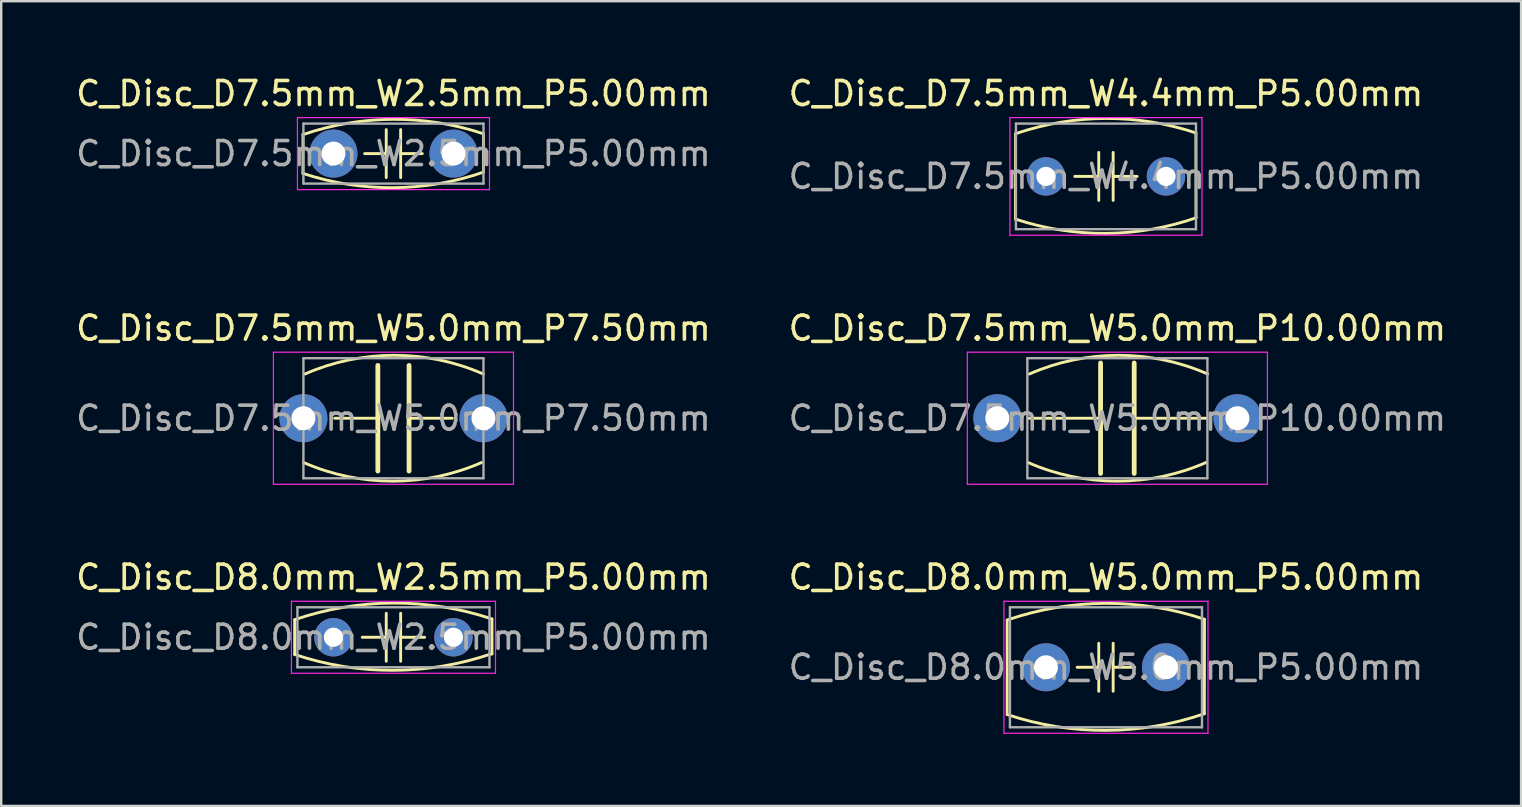
<source format=kicad_pcb>
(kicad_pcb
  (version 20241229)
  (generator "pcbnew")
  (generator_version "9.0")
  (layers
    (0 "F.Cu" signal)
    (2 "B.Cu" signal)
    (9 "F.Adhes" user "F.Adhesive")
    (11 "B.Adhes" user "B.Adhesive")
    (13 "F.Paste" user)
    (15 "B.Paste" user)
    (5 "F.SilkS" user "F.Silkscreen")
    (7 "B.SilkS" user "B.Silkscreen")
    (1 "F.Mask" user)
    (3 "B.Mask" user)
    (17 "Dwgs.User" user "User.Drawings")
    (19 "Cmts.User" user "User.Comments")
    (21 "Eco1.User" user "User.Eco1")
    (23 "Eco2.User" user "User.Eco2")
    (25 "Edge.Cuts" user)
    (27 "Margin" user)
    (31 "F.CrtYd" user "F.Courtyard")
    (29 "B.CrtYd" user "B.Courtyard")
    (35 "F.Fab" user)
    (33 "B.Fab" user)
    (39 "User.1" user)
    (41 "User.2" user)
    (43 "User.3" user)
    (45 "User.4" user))
  (footprint "C_Disc_D7.5mm_W5.0mm_P7.50mm"
    (layer "F.Cu")
    (at 9.589 14.371)
    (property "Reference" "C_Disc_D7.5mm_W5.0mm_P7.50mm" (at 3.75 -3.75 0) (layer "F.SilkS") (effects (font (size 1 1) (thickness 0.15))))
    (fp_line (start 1.3 0) (end 3.1 0) (stroke (width 0.12) (type solid)) (layer "F.SilkS"))
    (fp_line (start 3.1 0) (end 3.1 -2.2) (stroke (width 0.2) (type solid)) (layer "F.SilkS"))
    (fp_line (start 3.1 0) (end 3.1 2.2) (stroke (width 0.2) (type solid)) (layer "F.SilkS"))
    (fp_line (start 4.4 0) (end 4.4 -2.2) (stroke (width 0.2) (type solid)) (layer "F.SilkS"))
    (fp_line (start 4.4 0) (end 4.4 2.2) (stroke (width 0.2) (type solid)) (layer "F.SilkS"))
    (fp_line (start 4.4 0) (end 6.2 0) (stroke (width 0.12) (type solid)) (layer "F.SilkS"))
    (fp_arc (start 0.063384 -1.8415) (mid 3.77822 -2.621484) (end 7.493 -1.841237) (stroke (width 0.12) (type solid)) (layer "F.SilkS"))
    (fp_arc (start 7.4295 1.8415) (mid 3.714664 2.621484) (end -0.000116 1.841237) (stroke (width 0.12) (type solid)) (layer "F.SilkS"))
    (fp_line (start -1.25 -2.75) (end -1.25 2.75) (stroke (width 0.05) (type solid)) (layer "F.CrtYd"))
    (fp_line (start -1.25 2.75) (end 8.75 2.75) (stroke (width 0.05) (type solid)) (layer "F.CrtYd"))
    (fp_line (start 8.75 -2.75) (end -1.25 -2.75) (stroke (width 0.05) (type solid)) (layer "F.CrtYd"))
    (fp_line (start 8.75 2.75) (end 8.75 -2.75) (stroke (width 0.05) (type solid)) (layer "F.CrtYd"))
    (fp_line (start 0 -2.5) (end 0 2.5) (stroke (width 0.1) (type solid)) (layer "F.Fab"))
    (fp_line (start 0 2.5) (end 7.5 2.5) (stroke (width 0.1) (type solid)) (layer "F.Fab"))
    (fp_line (start 7.5 -2.5) (end 0 -2.5) (stroke (width 0.1) (type solid)) (layer "F.Fab"))
    (fp_line (start 7.5 2.5) (end 7.5 -2.5) (stroke (width 0.1) (type solid)) (layer "F.Fab"))
    (fp_text user "${REFERENCE}" (at 3.75 0 0) (layer "F.Fab") (effects (font (size 1 1) (thickness 0.15))))
    (pad "1" thru_hole circle (at 0 0) (size 2 2) (drill 1) (layers "*.Cu" "*.Mask"))
    (pad "2" thru_hole circle (at 7.5 0) (size 2 2) (drill 1) (layers "*.Cu" "*.Mask")))
  (footprint "C_Disc_D8.0mm_W5.0mm_P5.00mm"
    (layer "F.Cu")
    (at 40.518 24.745)
    (property "Reference" "C_Disc_D8.0mm_W5.0mm_P5.00mm" (at 2.5 -3.75 0) (layer "F.SilkS") (effects (font (size 1 1) (thickness 0.15))))
    (fp_line (start -1.615 -1.968) (end -1.615 1.968) (stroke (width 0.12) (type solid)) (layer "F.SilkS"))
    (fp_line (start 1.3 0) (end 2.2 0) (stroke (width 0.12) (type solid)) (layer "F.SilkS"))
    (fp_line (start 2.2 0) (end 2.2 -1) (stroke (width 0.12) (type solid)) (layer "F.SilkS"))
    (fp_line (start 2.2 0) (end 2.2 1) (stroke (width 0.12) (type solid)) (layer "F.SilkS"))
    (fp_line (start 2.8 -1) (end 2.8 1) (stroke (width 0.12) (type solid)) (layer "F.SilkS"))
    (fp_line (start 2.8 0) (end 3.7 0) (stroke (width 0.12) (type solid)) (layer "F.SilkS"))
    (fp_line (start 6.599 1.935) (end 6.604 -1.999) (stroke (width 0.12) (type solid)) (layer "F.SilkS"))
    (fp_arc (start -1.614989 -1.9685) (mid 2.491959 -2.66205) (end 6.604 -1.999369) (stroke (width 0.12) (type solid)) (layer "F.SilkS"))
    (fp_arc (start 6.598727 1.934978) (mid 2.494632 2.628733) (end -1.614989 1.9685) (stroke (width 0.12) (type solid)) (layer "F.SilkS"))
    (fp_line (start -1.75 -2.75) (end -1.75 2.75) (stroke (width 0.05) (type solid)) (layer "F.CrtYd"))
    (fp_line (start -1.75 2.75) (end 6.75 2.75) (stroke (width 0.05) (type solid)) (layer "F.CrtYd"))
    (fp_line (start 6.75 -2.75) (end -1.75 -2.75) (stroke (width 0.05) (type solid)) (layer "F.CrtYd"))
    (fp_line (start 6.75 2.75) (end 6.75 -2.75) (stroke (width 0.05) (type solid)) (layer "F.CrtYd"))
    (fp_line (start -1.5 -2.5) (end -1.5 2.5) (stroke (width 0.1) (type solid)) (layer "F.Fab"))
    (fp_line (start -1.5 2.5) (end 6.5 2.5) (stroke (width 0.1) (type solid)) (layer "F.Fab"))
    (fp_line (start 6.5 -2.5) (end -1.5 -2.5) (stroke (width 0.1) (type solid)) (layer "F.Fab"))
    (fp_line (start 6.5 2.5) (end 6.5 -2.5) (stroke (width 0.1) (type solid)) (layer "F.Fab"))
    (fp_text user "${REFERENCE}" (at 2.5 0 0) (layer "F.Fab") (effects (font (size 1 1) (thickness 0.15))))
    (pad "1" thru_hole circle (at 0 0) (size 2 2) (drill 1) (layers "*.Cu" "*.Mask"))
    (pad "2" thru_hole circle (at 5 0) (size 2 2) (drill 1) (layers "*.Cu" "*.Mask")))
  (footprint "C_Disc_D7.5mm_W4.4mm_P5.00mm"
    (layer "F.Cu")
    (at 40.518 4.298)
    (property "Reference" "C_Disc_D7.5mm_W4.4mm_P5.00mm" (at 2.5 -3.45 0) (layer "F.SilkS") (effects (font (size 1 1) (thickness 0.15))))
    (fp_line (start -1.27 1.778) (end -1.265 -1.778) (stroke (width 0.12) (type solid)) (layer "F.SilkS"))
    (fp_line (start 1.2 0) (end 2.2 0) (stroke (width 0.12) (type solid)) (layer "F.SilkS"))
    (fp_line (start 2.2 0) (end 2.2 -1) (stroke (width 0.12) (type solid)) (layer "F.SilkS"))
    (fp_line (start 2.2 0) (end 2.2 1) (stroke (width 0.12) (type solid)) (layer "F.SilkS"))
    (fp_line (start 2.8 -1) (end 2.8 1) (stroke (width 0.12) (type solid)) (layer "F.SilkS"))
    (fp_line (start 2.8 0) (end 3.8 0) (stroke (width 0.12) (type solid)) (layer "F.SilkS"))
    (fp_line (start 6.252 1.725) (end 6.248 -1.811) (stroke (width 0.12) (type solid)) (layer "F.SilkS"))
    (fp_arc (start -1.265365 -1.778) (mid 2.488814 -2.413161) (end 6.2484 -1.81083) (stroke (width 0.12) (type solid)) (layer "F.SilkS"))
    (fp_arc (start 6.252064 1.725054) (mid 2.4954 2.372137) (end -1.27 1.778) (stroke (width 0.12) (type solid)) (layer "F.SilkS"))
    (fp_line (start -1.5 -2.45) (end -1.5 2.45) (stroke (width 0.05) (type solid)) (layer "F.CrtYd"))
    (fp_line (start -1.5 2.45) (end 6.5 2.45) (stroke (width 0.05) (type solid)) (layer "F.CrtYd"))
    (fp_line (start 6.5 -2.45) (end -1.5 -2.45) (stroke (width 0.05) (type solid)) (layer "F.CrtYd"))
    (fp_line (start 6.5 2.45) (end 6.5 -2.45) (stroke (width 0.05) (type solid)) (layer "F.CrtYd"))
    (fp_line (start -1.25 -2.2) (end -1.25 2.2) (stroke (width 0.1) (type solid)) (layer "F.Fab"))
    (fp_line (start -1.25 2.2) (end 6.25 2.2) (stroke (width 0.1) (type solid)) (layer "F.Fab"))
    (fp_line (start 6.25 -2.2) (end -1.25 -2.2) (stroke (width 0.1) (type solid)) (layer "F.Fab"))
    (fp_line (start 6.25 2.2) (end 6.25 -2.2) (stroke (width 0.1) (type solid)) (layer "F.Fab"))
    (fp_text user "${REFERENCE}" (at 2.5 0 0) (layer "F.Fab") (effects (font (size 1 1) (thickness 0.15))))
    (pad "1" thru_hole circle (at 0 0) (size 1.6 1.6) (drill 0.8) (layers "*.Cu" "*.Mask"))
    (pad "2" thru_hole circle (at 5 0) (size 1.6 1.6) (drill 0.8) (layers "*.Cu" "*.Mask")))
  (footprint "C_Disc_D8.0mm_W2.5mm_P5.00mm"
    (layer "F.Cu")
    (at 10.839 23.495)
    (property "Reference" "C_Disc_D8.0mm_W2.5mm_P5.00mm" (at 2.5 -2.5 0) (layer "F.SilkS") (effects (font (size 1 1) (thickness 0.15))))
    (fp_line (start -1.615 -0.731) (end -1.615 0.717) (stroke (width 0.12) (type solid)) (layer "F.SilkS"))
    (fp_line (start 1.2 0) (end 2.2 0) (stroke (width 0.12) (type solid)) (layer "F.SilkS"))
    (fp_line (start 2.2 0) (end 2.2 -1) (stroke (width 0.12) (type solid)) (layer "F.SilkS"))
    (fp_line (start 2.2 0) (end 2.2 1) (stroke (width 0.12) (type solid)) (layer "F.SilkS"))
    (fp_line (start 2.8 -1) (end 2.8 1) (stroke (width 0.12) (type solid)) (layer "F.SilkS"))
    (fp_line (start 2.8 0) (end 3.8 0) (stroke (width 0.12) (type solid)) (layer "F.SilkS"))
    (fp_line (start 6.604 0.699) (end 6.604 -0.762) (stroke (width 0.12) (type solid)) (layer "F.SilkS"))
    (fp_arc (start -1.614989 -0.731131) (mid 2.491959 -1.424681) (end 6.604 -0.762) (stroke (width 0.12) (type solid)) (layer "F.SilkS"))
    (fp_arc (start 6.598727 0.683147) (mid 2.494632 1.376902) (end -1.614989 0.716669) (stroke (width 0.12) (type solid)) (layer "F.SilkS"))
    (fp_line (start -1.75 -1.5) (end -1.75 1.5) (stroke (width 0.05) (type solid)) (layer "F.CrtYd"))
    (fp_line (start -1.75 1.5) (end 6.75 1.5) (stroke (width 0.05) (type solid)) (layer "F.CrtYd"))
    (fp_line (start 6.75 -1.5) (end -1.75 -1.5) (stroke (width 0.05) (type solid)) (layer "F.CrtYd"))
    (fp_line (start 6.75 1.5) (end 6.75 -1.5) (stroke (width 0.05) (type solid)) (layer "F.CrtYd"))
    (fp_line (start -1.5 -1.25) (end -1.5 1.25) (stroke (width 0.1) (type solid)) (layer "F.Fab"))
    (fp_line (start -1.5 1.25) (end 6.5 1.25) (stroke (width 0.1) (type solid)) (layer "F.Fab"))
    (fp_line (start 6.5 -1.25) (end -1.5 -1.25) (stroke (width 0.1) (type solid)) (layer "F.Fab"))
    (fp_line (start 6.5 1.25) (end 6.5 -1.25) (stroke (width 0.1) (type solid)) (layer "F.Fab"))
    (fp_text user "${REFERENCE}" (at 2.5 0 0) (layer "F.Fab") (effects (font (size 1 1) (thickness 0.15))))
    (pad "1" thru_hole circle (at 0 0) (size 1.6 1.6) (drill 0.8) (layers "*.Cu" "*.Mask"))
    (pad "2" thru_hole circle (at 5 0) (size 1.6 1.6) (drill 0.8) (layers "*.Cu" "*.Mask")))
  (footprint "C_Disc_D7.5mm_W5.0mm_P10.00mm"
    (layer "F.Cu")
    (at 38.494 14.371)
    (property "Reference" "C_Disc_D7.5mm_W5.0mm_P10.00mm" (at 5 -3.75 0) (layer "F.SilkS") (effects (font (size 1 1) (thickness 0.15))))
    (fp_line (start 1.3 0) (end 4.3 0) (stroke (width 0.12) (type solid)) (layer "F.SilkS"))
    (fp_line (start 4.3 0) (end 4.3 -2.3) (stroke (width 0.2) (type solid)) (layer "F.SilkS"))
    (fp_line (start 4.3 0) (end 4.3 2.3) (stroke (width 0.2) (type solid)) (layer "F.SilkS"))
    (fp_line (start 5.7 0) (end 5.7 -2.3) (stroke (width 0.2) (type solid)) (layer "F.SilkS"))
    (fp_line (start 5.7 0) (end 5.7 2.3) (stroke (width 0.2) (type solid)) (layer "F.SilkS"))
    (fp_line (start 5.7 0) (end 8.7 0) (stroke (width 0.12) (type solid)) (layer "F.SilkS"))
    (fp_arc (start 1.333384 -1.8415) (mid 5.04822 -2.621484) (end 8.763 -1.841237) (stroke (width 0.12) (type solid)) (layer "F.SilkS"))
    (fp_arc (start 8.6995 1.8415) (mid 4.984664 2.621484) (end 1.269884 1.841237) (stroke (width 0.12) (type solid)) (layer "F.SilkS"))
    (fp_line (start -1.25 -2.75) (end -1.25 2.75) (stroke (width 0.05) (type solid)) (layer "F.CrtYd"))
    (fp_line (start -1.25 2.75) (end 11.25 2.75) (stroke (width 0.05) (type solid)) (layer "F.CrtYd"))
    (fp_line (start 11.25 -2.75) (end -1.25 -2.75) (stroke (width 0.05) (type solid)) (layer "F.CrtYd"))
    (fp_line (start 11.25 2.75) (end 11.25 -2.75) (stroke (width 0.05) (type solid)) (layer "F.CrtYd"))
    (fp_line (start 1.25 -2.5) (end 1.25 2.5) (stroke (width 0.1) (type solid)) (layer "F.Fab"))
    (fp_line (start 1.25 2.5) (end 8.75 2.5) (stroke (width 0.1) (type solid)) (layer "F.Fab"))
    (fp_line (start 8.75 -2.5) (end 1.25 -2.5) (stroke (width 0.1) (type solid)) (layer "F.Fab"))
    (fp_line (start 8.75 2.5) (end 8.75 -2.5) (stroke (width 0.1) (type solid)) (layer "F.Fab"))
    (fp_text user "${REFERENCE}" (at 5 0 0) (layer "F.Fab") (effects (font (size 1 1) (thickness 0.15))))
    (pad "1" thru_hole circle (at 0 0) (size 2 2) (drill 1) (layers "*.Cu" "*.Mask"))
    (pad "2" thru_hole circle (at 10 0) (size 2 2) (drill 1) (layers "*.Cu" "*.Mask")))
  (footprint "C_Disc_D7.5mm_W2.5mm_P5.00mm"
    (layer "F.Cu")
    (at 10.839 3.348)
    (property "Reference" "C_Disc_D7.5mm_W2.5mm_P5.00mm" (at 2.5 -2.5 0) (layer "F.SilkS") (effects (font (size 1 1) (thickness 0.15))))
    (fp_line (start -1.27 0.826) (end -1.269 -0.804) (stroke (width 0.12) (type solid)) (layer "F.SilkS"))
    (fp_line (start 1.3 0) (end 2.2 0) (stroke (width 0.12) (type solid)) (layer "F.SilkS"))
    (fp_line (start 2.2 0) (end 2.2 -1) (stroke (width 0.12) (type solid)) (layer "F.SilkS"))
    (fp_line (start 2.2 0) (end 2.2 1) (stroke (width 0.12) (type solid)) (layer "F.SilkS"))
    (fp_line (start 2.8 -1) (end 2.8 1) (stroke (width 0.12) (type solid)) (layer "F.SilkS"))
    (fp_line (start 2.8 0) (end 3.7 0) (stroke (width 0.12) (type solid)) (layer "F.SilkS"))
    (fp_line (start 6.248 0.762) (end 6.248 -0.813) (stroke (width 0.12) (type solid)) (layer "F.SilkS"))
    (fp_arc (start -1.265365 -0.79267) (mid 2.488814 -1.427831) (end 6.2484 -0.8255) (stroke (width 0.12) (type solid)) (layer "F.SilkS"))
    (fp_arc (start 6.252064 0.772554) (mid 2.4954 1.419637) (end -1.27 0.8255) (stroke (width 0.12) (type solid)) (layer "F.SilkS"))
    (fp_line (start -1.5 -1.5) (end -1.5 1.5) (stroke (width 0.05) (type solid)) (layer "F.CrtYd"))
    (fp_line (start -1.5 1.5) (end 6.5 1.5) (stroke (width 0.05) (type solid)) (layer "F.CrtYd"))
    (fp_line (start 6.5 -1.5) (end -1.5 -1.5) (stroke (width 0.05) (type solid)) (layer "F.CrtYd"))
    (fp_line (start 6.5 1.5) (end 6.5 -1.5) (stroke (width 0.05) (type solid)) (layer "F.CrtYd"))
    (fp_line (start -1.25 -1.25) (end -1.25 1.25) (stroke (width 0.1) (type solid)) (layer "F.Fab"))
    (fp_line (start -1.25 1.25) (end 6.25 1.25) (stroke (width 0.1) (type solid)) (layer "F.Fab"))
    (fp_line (start 6.25 -1.25) (end -1.25 -1.25) (stroke (width 0.1) (type solid)) (layer "F.Fab"))
    (fp_line (start 6.25 1.25) (end 6.25 -1.25) (stroke (width 0.1) (type solid)) (layer "F.Fab"))
    (fp_text user "${REFERENCE}" (at 2.5 0 0) (layer "F.Fab") (effects (font (size 1 1) (thickness 0.15))))
    (pad "1" thru_hole circle (at 0 0) (size 2 2) (drill 1) (layers "*.Cu" "*.Mask"))
    (pad "2" thru_hole circle (at 5 0) (size 2 2) (drill 1) (layers "*.Cu" "*.Mask")))
  (gr_rect
    (start -3 -3)
    (end 60.31 30.52)
    (stroke (width 0.1) (type default))
    (fill no)
    (layer "Edge.Cuts")))
</source>
